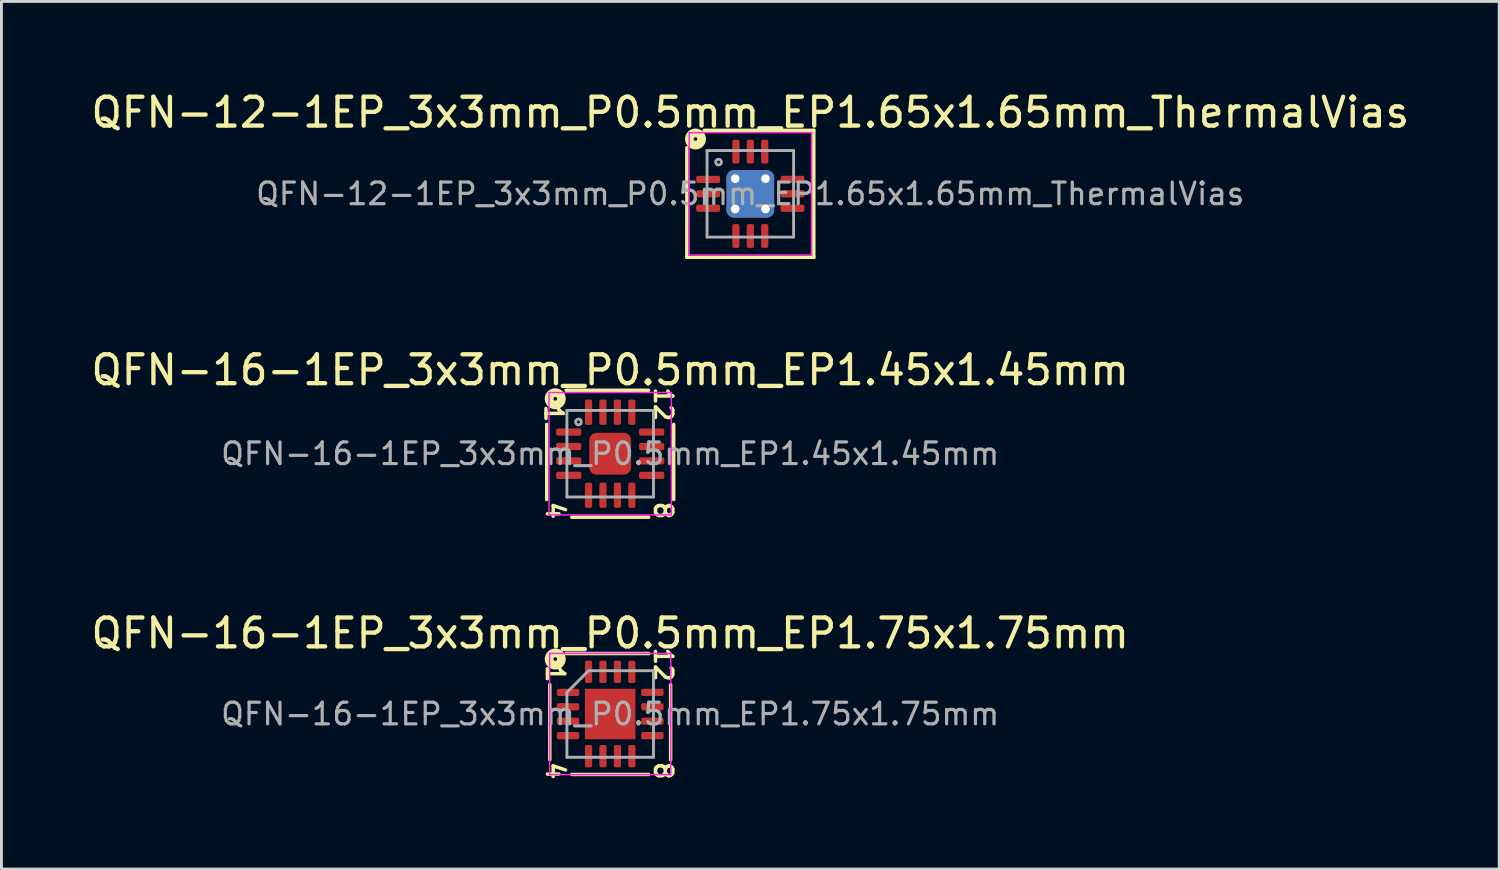
<source format=kicad_pcb>
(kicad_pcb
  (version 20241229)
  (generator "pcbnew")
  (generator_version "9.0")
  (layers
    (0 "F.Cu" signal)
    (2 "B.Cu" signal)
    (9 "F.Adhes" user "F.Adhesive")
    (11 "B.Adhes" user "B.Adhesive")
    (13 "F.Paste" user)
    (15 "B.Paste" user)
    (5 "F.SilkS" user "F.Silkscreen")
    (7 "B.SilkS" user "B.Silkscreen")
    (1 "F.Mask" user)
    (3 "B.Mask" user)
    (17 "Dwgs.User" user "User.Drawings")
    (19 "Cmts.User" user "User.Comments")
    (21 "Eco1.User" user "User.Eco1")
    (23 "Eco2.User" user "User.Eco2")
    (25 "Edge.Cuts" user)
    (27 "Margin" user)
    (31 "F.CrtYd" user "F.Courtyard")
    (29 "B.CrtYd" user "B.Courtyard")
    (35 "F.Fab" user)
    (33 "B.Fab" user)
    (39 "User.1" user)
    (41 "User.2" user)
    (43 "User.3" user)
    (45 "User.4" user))
  (footprint "QFN-16-1EP_3x3mm_P0.5mm_EP1.45x1.45mm"
    (layer "F.Cu")
    (at 18.101 12.677)
    (property "Reference" "QFN-16-1EP_3x3mm_P0.5mm_EP1.45x1.45mm" (at 0 -2.9 0) (layer "F.SilkS") (effects (font (size 1 1) (thickness 0.15))))
    (attr smd)
    (fp_line (start -2.2 1.587) (end -2.2 -1.016) (stroke (width 0.12) (type solid)) (layer "F.SilkS"))
    (fp_line (start -1.529 -2.2) (end 1.329 -2.2) (stroke (width 0.12) (type solid)) (layer "F.SilkS"))
    (fp_line (start 1.333 2.2) (end -1.333 2.2) (stroke (width 0.12) (type solid)) (layer "F.SilkS"))
    (fp_line (start 2.2 -1.016) (end 2.2 1.587) (stroke (width 0.12) (type solid)) (layer "F.SilkS"))
    (fp_circle (center -1.905 -1.905) (end -1.841 -1.905) (stroke (width 0.3) (type solid)) (fill no) (layer "F.SilkS"))
    (fp_line (start -2.12 -2.12) (end -2.12 2.12) (stroke (width 0.05) (type solid)) (layer "F.CrtYd"))
    (fp_line (start -2.12 2.12) (end 2.12 2.12) (stroke (width 0.05) (type solid)) (layer "F.CrtYd"))
    (fp_line (start 2.12 -2.12) (end -2.12 -2.12) (stroke (width 0.05) (type solid)) (layer "F.CrtYd"))
    (fp_line (start 2.12 2.12) (end 2.12 -2.12) (stroke (width 0.05) (type solid)) (layer "F.CrtYd"))
    (fp_line (start -1.5 -1.5) (end 1.5 -1.5) (stroke (width 0.1) (type solid)) (layer "F.Fab"))
    (fp_line (start -1.5 1.5) (end -1.5 -1.5) (stroke (width 0.1) (type solid)) (layer "F.Fab"))
    (fp_line (start 1.5 -1.5) (end 1.5 1.5) (stroke (width 0.1) (type solid)) (layer "F.Fab"))
    (fp_line (start 1.5 1.5) (end -1.5 1.5) (stroke (width 0.1) (type solid)) (layer "F.Fab"))
    (fp_circle (center -1.1 -1.1) (end -1 -1.1) (stroke (width 0.1) (type solid)) (fill no) (layer "F.Fab"))
    (fp_text user "1" (at -1.955 -1.397 270) (unlocked yes) (layer "F.SilkS") (effects (font (size 0.6 0.6) (thickness 0.12))))
    (fp_text user "8" (at 1.841 1.968 270) (unlocked yes) (layer "F.SilkS") (effects (font (size 0.6 0.6) (thickness 0.12))))
    (fp_text user "4" (at -1.905 1.968 270) (unlocked yes) (layer "F.SilkS") (effects (font (size 0.6 0.6) (thickness 0.12))))
    (fp_text user "12" (at 1.841 -1.714 270) (unlocked yes) (layer "F.SilkS") (effects (font (size 0.6 0.6) (thickness 0.12))))
    (fp_text user "${REFERENCE}" (at 0 0 0) (layer "F.Fab") (effects (font (size 0.75 0.75) (thickness 0.11))))
    (pad "" smd roundrect (at -0.36 -0.36) (size 0.58 0.58) (layers "F.Paste") (roundrect_rratio 0.25))
    (pad "" smd roundrect (at -0.36 0.36) (size 0.58 0.58) (layers "F.Paste") (roundrect_rratio 0.25))
    (pad "" smd roundrect (at 0.36 -0.36) (size 0.58 0.58) (layers "F.Paste") (roundrect_rratio 0.25))
    (pad "" smd roundrect (at 0.36 0.36) (size 0.58 0.58) (layers "F.Paste") (roundrect_rratio 0.25))
    (pad "1" smd roundrect (at -1.438 -0.75) (size 0.875 0.25) (layers "F.Cu" "F.Mask" "F.Paste") (roundrect_rratio 0.25))
    (pad "2" smd roundrect (at -1.438 -0.25) (size 0.875 0.25) (layers "F.Cu" "F.Mask" "F.Paste") (roundrect_rratio 0.25))
    (pad "3" smd roundrect (at -1.438 0.25) (size 0.875 0.25) (layers "F.Cu" "F.Mask" "F.Paste") (roundrect_rratio 0.25))
    (pad "4" smd roundrect (at -1.438 0.75) (size 0.875 0.25) (layers "F.Cu" "F.Mask" "F.Paste") (roundrect_rratio 0.25))
    (pad "5" smd roundrect (at -0.75 1.438) (size 0.25 0.875) (layers "F.Cu" "F.Mask" "F.Paste") (roundrect_rratio 0.25))
    (pad "6" smd roundrect (at -0.25 1.438) (size 0.25 0.875) (layers "F.Cu" "F.Mask" "F.Paste") (roundrect_rratio 0.25))
    (pad "7" smd roundrect (at 0.25 1.438) (size 0.25 0.875) (layers "F.Cu" "F.Mask" "F.Paste") (roundrect_rratio 0.25))
    (pad "8" smd roundrect (at 0.75 1.438) (size 0.25 0.875) (layers "F.Cu" "F.Mask" "F.Paste") (roundrect_rratio 0.25))
    (pad "9" smd roundrect (at 1.438 0.75) (size 0.875 0.25) (layers "F.Cu" "F.Mask" "F.Paste") (roundrect_rratio 0.25))
    (pad "10" smd roundrect (at 1.438 0.25) (size 0.875 0.25) (layers "F.Cu" "F.Mask" "F.Paste") (roundrect_rratio 0.25))
    (pad "11" smd roundrect (at 1.438 -0.25) (size 0.875 0.25) (layers "F.Cu" "F.Mask" "F.Paste") (roundrect_rratio 0.25))
    (pad "12" smd roundrect (at 1.438 -0.75) (size 0.875 0.25) (layers "F.Cu" "F.Mask" "F.Paste") (roundrect_rratio 0.25))
    (pad "13" smd roundrect (at 0.75 -1.438) (size 0.25 0.875) (layers "F.Cu" "F.Mask" "F.Paste") (roundrect_rratio 0.25))
    (pad "14" smd roundrect (at 0.25 -1.438) (size 0.25 0.875) (layers "F.Cu" "F.Mask" "F.Paste") (roundrect_rratio 0.25))
    (pad "15" smd roundrect (at -0.25 -1.438) (size 0.25 0.875) (layers "F.Cu" "F.Mask" "F.Paste") (roundrect_rratio 0.25))
    (pad "16" smd roundrect (at -0.75 -1.438) (size 0.25 0.875) (layers "F.Cu" "F.Mask" "F.Paste") (roundrect_rratio 0.25))
    (pad "17" smd roundrect (at 0 0) (size 1.45 1.45) (layers "F.Cu" "F.Mask") (roundrect_rratio 0.172)))
  (footprint "QFN-16-1EP_3x3mm_P0.5mm_EP1.75x1.75mm"
    (layer "F.Cu")
    (at 18.101 21.699)
    (property "Reference" "QFN-16-1EP_3x3mm_P0.5mm_EP1.75x1.75mm" (at 0 -2.8 0) (layer "F.SilkS") (effects (font (size 1 1) (thickness 0.15))))
    (attr smd)
    (fp_line (start -2.095 1.587) (end -2.095 -1.016) (stroke (width 0.12) (type solid)) (layer "F.SilkS"))
    (fp_line (start -1.524 -2.095) (end 1.333 -2.095) (stroke (width 0.12) (type solid)) (layer "F.SilkS"))
    (fp_line (start 1.333 2.095) (end -1.333 2.095) (stroke (width 0.12) (type solid)) (layer "F.SilkS"))
    (fp_line (start 2.095 -1.016) (end 2.095 1.587) (stroke (width 0.12) (type solid)) (layer "F.SilkS"))
    (fp_circle (center -1.905 -1.905) (end -1.841 -1.905) (stroke (width 0.3) (type solid)) (fill no) (layer "F.SilkS"))
    (fp_line (start -2.1 -2.1) (end -2.1 2.1) (stroke (width 0.05) (type solid)) (layer "F.CrtYd"))
    (fp_line (start -2.1 2.1) (end 2.1 2.1) (stroke (width 0.05) (type solid)) (layer "F.CrtYd"))
    (fp_line (start 2.1 -2.1) (end -2.1 -2.1) (stroke (width 0.05) (type solid)) (layer "F.CrtYd"))
    (fp_line (start 2.1 2.1) (end 2.1 -2.1) (stroke (width 0.05) (type solid)) (layer "F.CrtYd"))
    (fp_line (start -1.5 -0.75) (end -0.75 -1.5) (stroke (width 0.1) (type solid)) (layer "F.Fab"))
    (fp_line (start -1.5 1.5) (end -1.5 -0.75) (stroke (width 0.1) (type solid)) (layer "F.Fab"))
    (fp_line (start -0.75 -1.5) (end 1.5 -1.5) (stroke (width 0.1) (type solid)) (layer "F.Fab"))
    (fp_line (start 1.5 -1.5) (end 1.5 1.5) (stroke (width 0.1) (type solid)) (layer "F.Fab"))
    (fp_line (start 1.5 1.5) (end -1.5 1.5) (stroke (width 0.1) (type solid)) (layer "F.Fab"))
    (fp_text user "1" (at -1.905 -1.397 270) (unlocked yes) (layer "F.SilkS") (effects (font (size 0.6 0.6) (thickness 0.12))))
    (fp_text user "8" (at 1.841 1.968 270) (unlocked yes) (layer "F.SilkS") (effects (font (size 0.6 0.6) (thickness 0.12))))
    (fp_text user "4" (at -1.905 1.968 270) (unlocked yes) (layer "F.SilkS") (effects (font (size 0.6 0.6) (thickness 0.12))))
    (fp_text user "12" (at 1.841 -1.714 270) (unlocked yes) (layer "F.SilkS") (effects (font (size 0.6 0.6) (thickness 0.12))))
    (fp_text user "${REFERENCE}" (at 0 0 0) (layer "F.Fab") (effects (font (size 0.75 0.75) (thickness 0.11))))
    (pad "" smd roundrect (at -0.44 -0.44) (size 0.71 0.71) (layers "F.Paste") (roundrect_rratio 0.25))
    (pad "" smd roundrect (at -0.44 0.44) (size 0.71 0.71) (layers "F.Paste") (roundrect_rratio 0.25))
    (pad "" smd roundrect (at 0.44 -0.44) (size 0.71 0.71) (layers "F.Paste") (roundrect_rratio 0.25))
    (pad "" smd roundrect (at 0.44 0.44) (size 0.71 0.71) (layers "F.Paste") (roundrect_rratio 0.25))
    (pad "1" smd roundrect (at -1.462 -0.75) (size 0.775 0.25) (layers "F.Cu" "F.Mask" "F.Paste") (roundrect_rratio 0.25))
    (pad "2" smd roundrect (at -1.462 -0.25) (size 0.775 0.25) (layers "F.Cu" "F.Mask" "F.Paste") (roundrect_rratio 0.25))
    (pad "3" smd roundrect (at -1.462 0.25) (size 0.775 0.25) (layers "F.Cu" "F.Mask" "F.Paste") (roundrect_rratio 0.25))
    (pad "4" smd roundrect (at -1.462 0.75) (size 0.775 0.25) (layers "F.Cu" "F.Mask" "F.Paste") (roundrect_rratio 0.25))
    (pad "5" smd roundrect (at -0.75 1.462) (size 0.25 0.775) (layers "F.Cu" "F.Mask" "F.Paste") (roundrect_rratio 0.25))
    (pad "6" smd roundrect (at -0.25 1.462) (size 0.25 0.775) (layers "F.Cu" "F.Mask" "F.Paste") (roundrect_rratio 0.25))
    (pad "7" smd roundrect (at 0.25 1.462) (size 0.25 0.775) (layers "F.Cu" "F.Mask" "F.Paste") (roundrect_rratio 0.25))
    (pad "8" smd roundrect (at 0.75 1.462) (size 0.25 0.775) (layers "F.Cu" "F.Mask" "F.Paste") (roundrect_rratio 0.25))
    (pad "9" smd roundrect (at 1.462 0.75) (size 0.775 0.25) (layers "F.Cu" "F.Mask" "F.Paste") (roundrect_rratio 0.25))
    (pad "10" smd roundrect (at 1.462 0.25) (size 0.775 0.25) (layers "F.Cu" "F.Mask" "F.Paste") (roundrect_rratio 0.25))
    (pad "11" smd roundrect (at 1.462 -0.25) (size 0.775 0.25) (layers "F.Cu" "F.Mask" "F.Paste") (roundrect_rratio 0.25))
    (pad "12" smd roundrect (at 1.462 -0.75) (size 0.775 0.25) (layers "F.Cu" "F.Mask" "F.Paste") (roundrect_rratio 0.25))
    (pad "13" smd roundrect (at 0.75 -1.462) (size 0.25 0.775) (layers "F.Cu" "F.Mask" "F.Paste") (roundrect_rratio 0.25))
    (pad "14" smd roundrect (at 0.25 -1.462) (size 0.25 0.775) (layers "F.Cu" "F.Mask" "F.Paste") (roundrect_rratio 0.25))
    (pad "15" smd roundrect (at -0.25 -1.462) (size 0.25 0.775) (layers "F.Cu" "F.Mask" "F.Paste") (roundrect_rratio 0.25))
    (pad "16" smd roundrect (at -0.75 -1.462) (size 0.25 0.775) (layers "F.Cu" "F.Mask" "F.Paste") (roundrect_rratio 0.25))
    (pad "17" smd rect (at 0 0) (size 1.75 1.75) (layers "F.Cu" "F.Mask")))
  (footprint "QFN-12-1EP_3x3mm_P0.5mm_EP1.65x1.65mm_ThermalVias"
    (layer "F.Cu")
    (at 22.958 3.668)
    (property "Reference" "QFN-12-1EP_3x3mm_P0.5mm_EP1.65x1.65mm_ThermalVias" (at 0 -2.82 0) (layer "F.SilkS") (effects (font (size 1 1) (thickness 0.15))))
    (attr smd)
    (fp_line (start -2.2 -1.6) (end -2.2 2.2) (stroke (width 0.12) (type solid)) (layer "F.SilkS"))
    (fp_line (start -2.2 2.2) (end 2.2 2.2) (stroke (width 0.12) (type solid)) (layer "F.SilkS"))
    (fp_line (start 2.2 -2.2) (end -1.6 -2.2) (stroke (width 0.12) (type solid)) (layer "F.SilkS"))
    (fp_line (start 2.2 2.2) (end 2.2 -2.2) (stroke (width 0.12) (type solid)) (layer "F.SilkS"))
    (fp_circle (center -1.9 -1.9) (end -1.837 -1.9) (stroke (width 0.3) (type solid)) (fill no) (layer "F.SilkS"))
    (fp_line (start -2.12 -2.12) (end -2.12 2.12) (stroke (width 0.05) (type solid)) (layer "F.CrtYd"))
    (fp_line (start -2.12 2.12) (end 2.12 2.12) (stroke (width 0.05) (type solid)) (layer "F.CrtYd"))
    (fp_line (start 2.12 -2.12) (end -2.12 -2.12) (stroke (width 0.05) (type solid)) (layer "F.CrtYd"))
    (fp_line (start 2.12 2.12) (end 2.12 -2.12) (stroke (width 0.05) (type solid)) (layer "F.CrtYd"))
    (fp_line (start -1.5 -1.5) (end 1.5 -1.5) (stroke (width 0.1) (type solid)) (layer "F.Fab"))
    (fp_line (start -1.5 1.5) (end -1.5 -1.5) (stroke (width 0.1) (type solid)) (layer "F.Fab"))
    (fp_line (start 1.5 -1.5) (end 1.5 1.5) (stroke (width 0.1) (type solid)) (layer "F.Fab"))
    (fp_line (start 1.5 1.5) (end -1.5 1.5) (stroke (width 0.1) (type solid)) (layer "F.Fab"))
    (fp_circle (center -1.1 -1.1) (end -1 -1.1) (stroke (width 0.1) (type solid)) (fill no) (layer "F.Fab"))
    (fp_text user "${REFERENCE}" (at 0 0 0) (layer "F.Fab") (effects (font (size 0.75 0.75) (thickness 0.11))))
    (pad "" smd roundrect (at -0.41 -0.41) (size 0.71 0.71) (layers "F.Paste") (roundrect_rratio 0.25))
    (pad "" smd roundrect (at -0.41 0.41) (size 0.71 0.71) (layers "F.Paste") (roundrect_rratio 0.25))
    (pad "" smd roundrect (at 0.41 -0.41) (size 0.71 0.71) (layers "F.Paste") (roundrect_rratio 0.25))
    (pad "" smd roundrect (at 0.41 0.41) (size 0.71 0.71) (layers "F.Paste") (roundrect_rratio 0.25))
    (pad "1" smd roundrect (at -1.462 -0.5) (size 0.825 0.25) (layers "F.Cu" "F.Mask" "F.Paste") (roundrect_rratio 0.25))
    (pad "2" smd roundrect (at -1.462 0) (size 0.825 0.25) (layers "F.Cu" "F.Mask" "F.Paste") (roundrect_rratio 0.25))
    (pad "3" smd roundrect (at -1.462 0.5) (size 0.825 0.25) (layers "F.Cu" "F.Mask" "F.Paste") (roundrect_rratio 0.25))
    (pad "4" smd roundrect (at -0.5 1.462) (size 0.25 0.825) (layers "F.Cu" "F.Mask" "F.Paste") (roundrect_rratio 0.25))
    (pad "5" smd roundrect (at 0 1.462) (size 0.25 0.825) (layers "F.Cu" "F.Mask" "F.Paste") (roundrect_rratio 0.25))
    (pad "6" smd roundrect (at 0.5 1.462) (size 0.25 0.825) (layers "F.Cu" "F.Mask" "F.Paste") (roundrect_rratio 0.25))
    (pad "7" smd roundrect (at 1.462 0.5) (size 0.825 0.25) (layers "F.Cu" "F.Mask" "F.Paste") (roundrect_rratio 0.25))
    (pad "8" smd roundrect (at 1.462 0) (size 0.825 0.25) (layers "F.Cu" "F.Mask" "F.Paste") (roundrect_rratio 0.25))
    (pad "9" smd roundrect (at 1.462 -0.5) (size 0.825 0.25) (layers "F.Cu" "F.Mask" "F.Paste") (roundrect_rratio 0.25))
    (pad "10" smd roundrect (at 0.5 -1.462) (size 0.25 0.825) (layers "F.Cu" "F.Mask" "F.Paste") (roundrect_rratio 0.25))
    (pad "11" smd roundrect (at 0 -1.462) (size 0.25 0.825) (layers "F.Cu" "F.Mask" "F.Paste") (roundrect_rratio 0.25))
    (pad "12" smd roundrect (at -0.5 -1.462) (size 0.25 0.825) (layers "F.Cu" "F.Mask" "F.Paste") (roundrect_rratio 0.25))
    (pad "13" thru_hole circle (at -0.525 -0.525) (size 0.6 0.6) (drill 0.3) (property pad_prop_heatsink) (layers "*.Cu"))
    (pad "13" thru_hole circle (at -0.525 0.525) (size 0.6 0.6) (drill 0.3) (property pad_prop_heatsink) (layers "*.Cu"))
    (pad "13" smd roundrect (at 0 0) (size 1.65 1.65) (layers "F.Cu" "F.Mask") (roundrect_rratio 0.152))
    (pad "13" smd roundrect (at 0 0) (size 1.65 1.65) (layers "B.Cu" "B.Mask") (roundrect_rratio 0.152))
    (pad "13" thru_hole circle (at 0.525 -0.525) (size 0.6 0.6) (drill 0.3) (property pad_prop_heatsink) (layers "*.Cu"))
    (pad "13" thru_hole circle (at 0.525 0.525) (size 0.6 0.6) (drill 0.3) (property pad_prop_heatsink) (layers "*.Cu")))
  (gr_rect
    (start -3 -3)
    (end 48.917 27.073)
    (stroke (width 0.1) (type default))
    (fill no)
    (layer "Edge.Cuts")))
</source>
